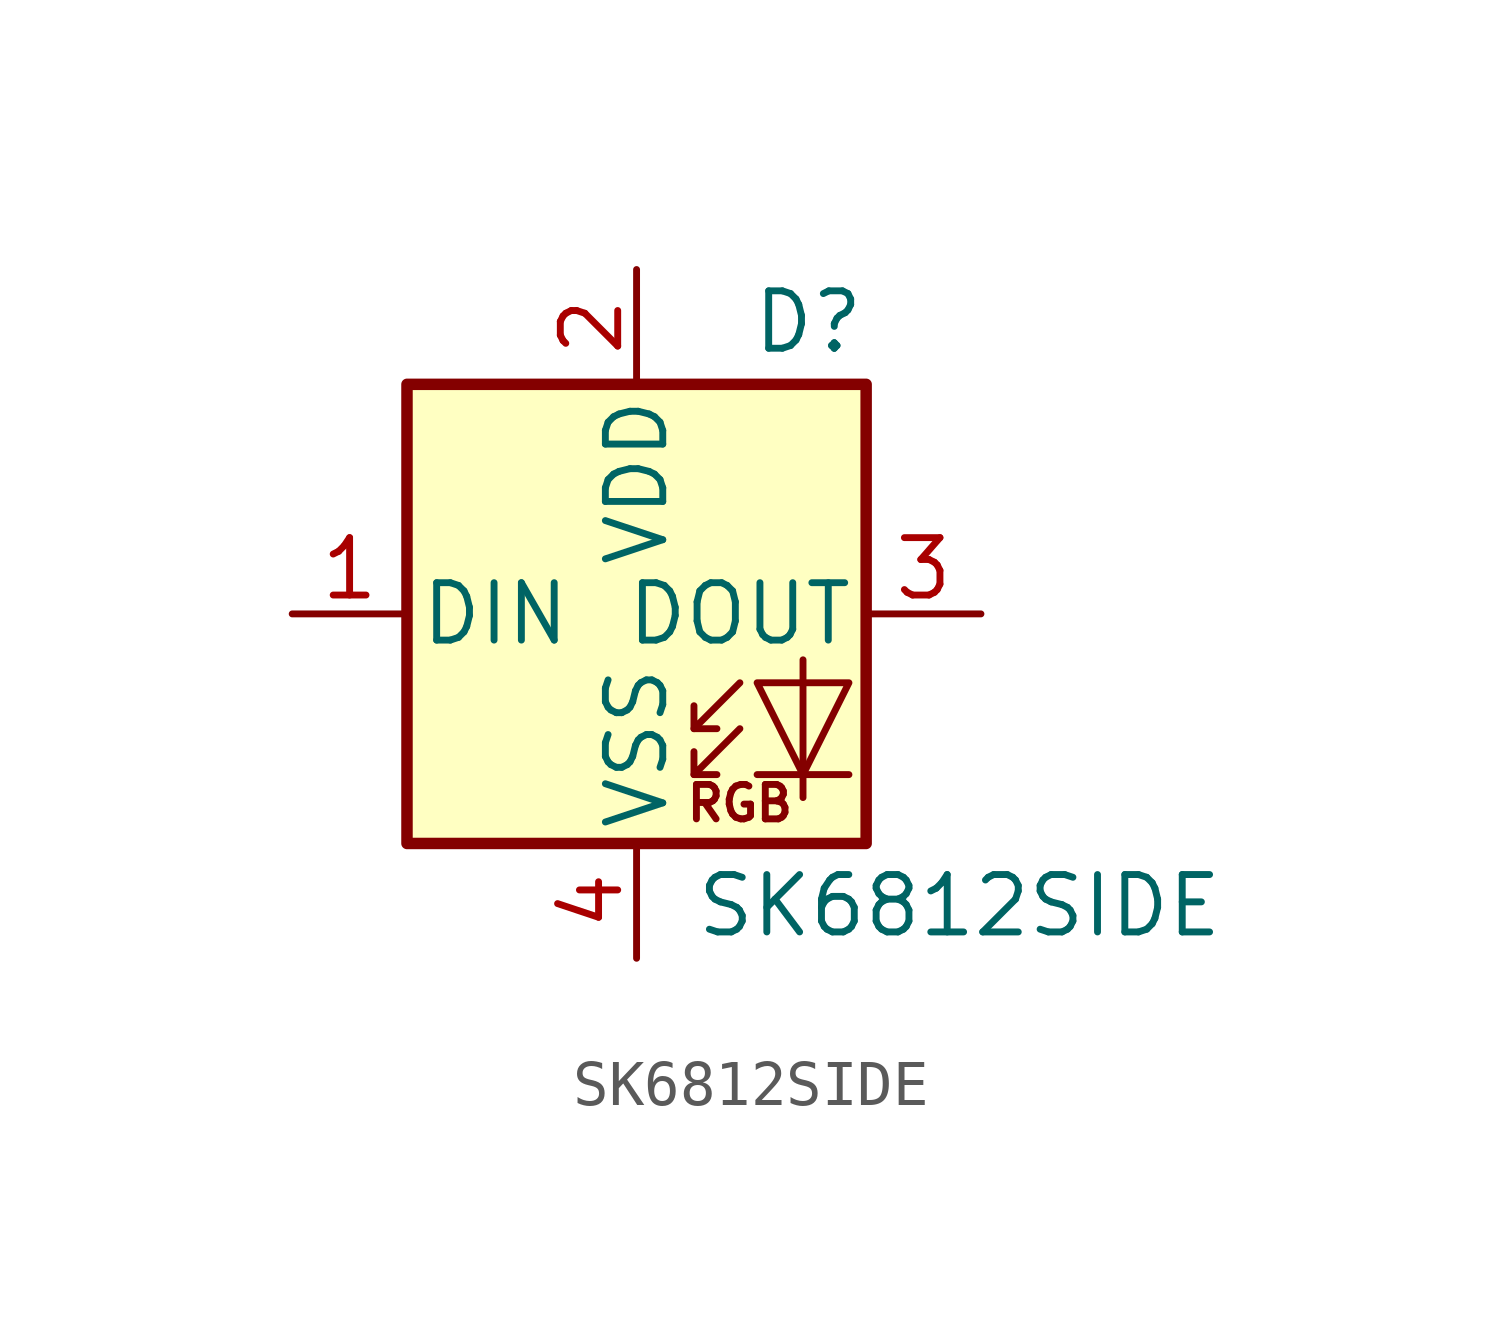
<source format=kicad_sym>
(kicad_symbol_lib
  (version 20231120)
  (generator "kicad_symbol_editor")
  (generator_version "8.0")
  (symbol "SK6812SIDE"
    (pin_names
      (offset 0.254))
    (property "Reference" "D"
      (at 5.08 5.715 0)
      (effects (font (size 1.27 1.27)) (justify right bottom)))
    (property "Value" "SK6812SIDE"
      (at 1.27 -5.715 0)
      (effects (font (size 1.27 1.27)) (justify left top)))
    (symbol "SK6812SIDE_0_0"
      (text "RGB" (at 2.286 -4.191 0) (effects (font (size 0.762 0.762)))))
    (symbol "SK6812SIDE_0_1"
      (polyline (pts (xy 1.27 -3.556) (xy 1.778 -3.556)) (stroke (width 0) (type default)) (fill (type none)))
      (polyline (pts (xy 1.27 -2.54) (xy 1.778 -2.54)) (stroke (width 0) (type default)) (fill (type none)))
      (polyline (pts (xy 4.699 -3.556) (xy 2.667 -3.556)) (stroke (width 0) (type default)) (fill (type none)))
      (polyline (pts (xy 2.286 -2.54) (xy 1.27 -3.556) (xy 1.27 -3.048)) (stroke (width 0) (type default)) (fill (type none)))
      (polyline (pts (xy 2.286 -1.524) (xy 1.27 -2.54) (xy 1.27 -2.032)) (stroke (width 0) (type default)) (fill (type none)))
      (polyline (pts (xy 3.683 -1.016) (xy 3.683 -3.556) (xy 3.683 -4.064)) (stroke (width 0) (type default)) (fill (type none)))
      (polyline (pts (xy 4.699 -1.524) (xy 2.667 -1.524) (xy 3.683 -3.556) (xy 4.699 -1.524)) (stroke (width 0) (type default)) (fill (type none)))
      (rectangle (start 5.08 5.08) (end -5.08 -5.08) (stroke (width 0.254) (type default)) (fill (type background))))
    (symbol "SK6812SIDE_1_1"
      (pin input line (at -7.62 0 0) (length 2.54) (name "DIN" (effects (font (size 1.27 1.27)))) (number "1" (effects (font (size 1.27 1.27)))))
      (pin power_in line (at 0 7.62 270) (length 2.54) (name "VDD" (effects (font (size 1.27 1.27)))) (number "2" (effects (font (size 1.27 1.27)))))
      (pin output line (at 7.62 0 180) (length 2.54) (name "DOUT" (effects (font (size 1.27 1.27)))) (number "3" (effects (font (size 1.27 1.27)))))
      (pin power_in line (at 0 -7.62 90) (length 2.54) (name "VSS" (effects (font (size 1.27 1.27)))) (number "4" (effects (font (size 1.27 1.27))))))))
</source>
